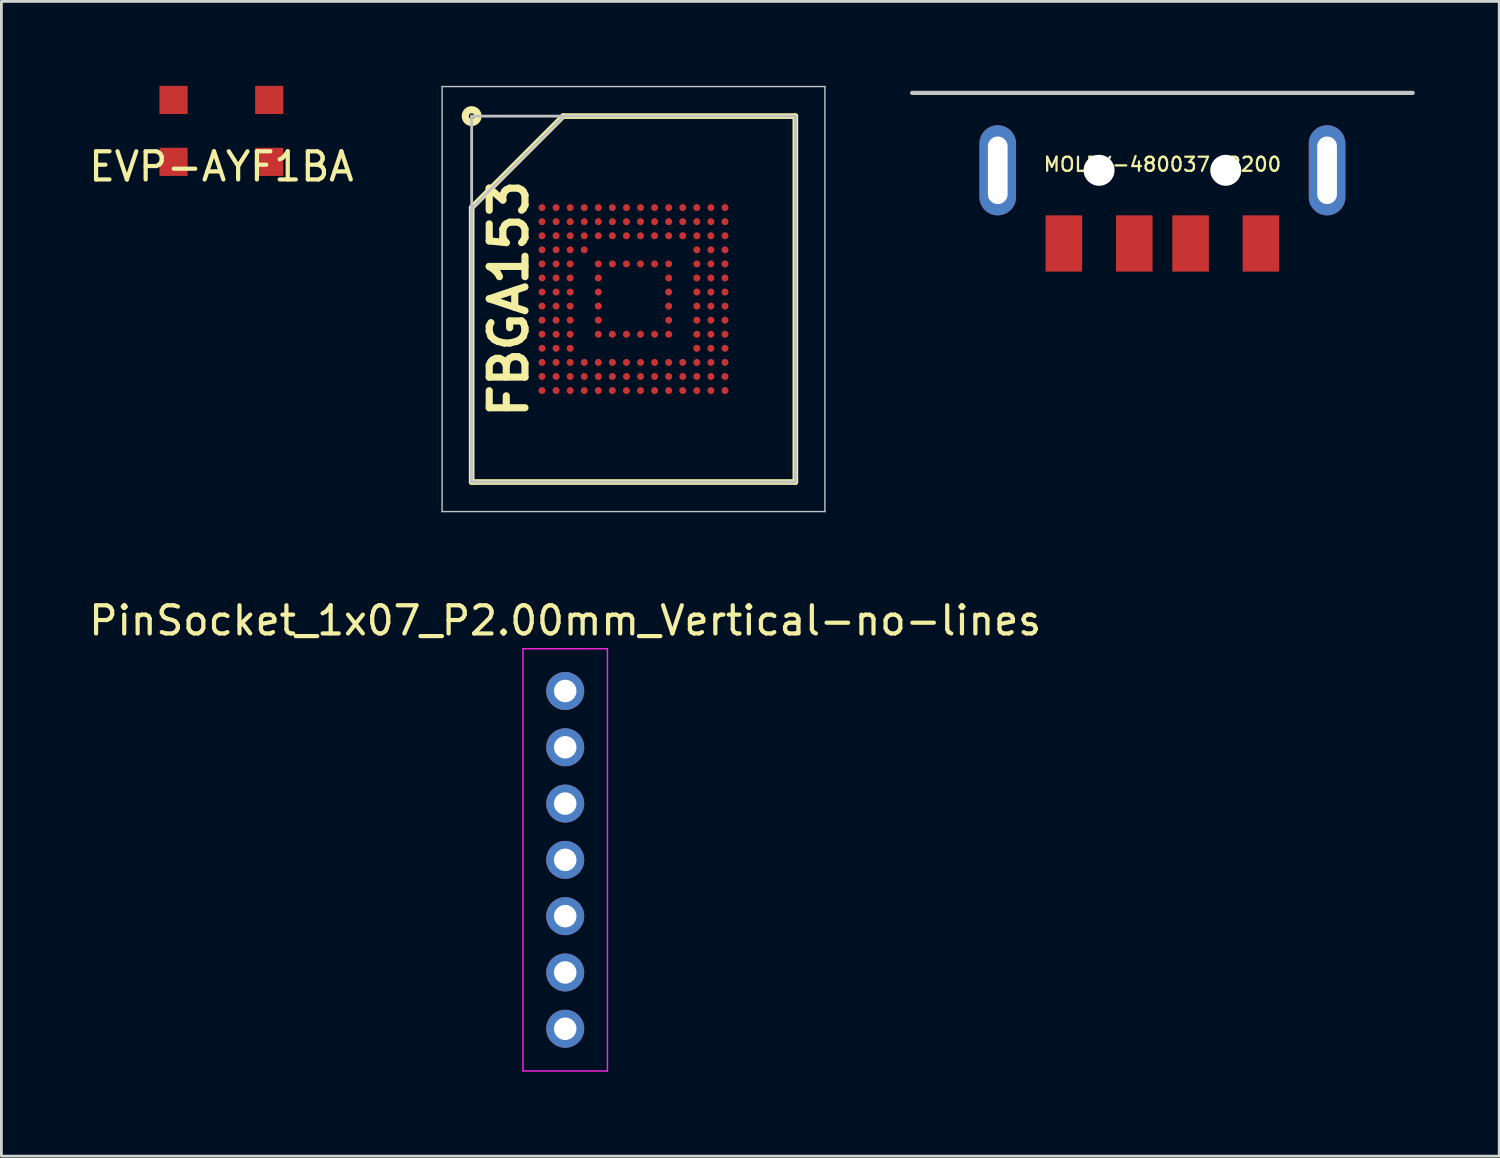
<source format=kicad_pcb>
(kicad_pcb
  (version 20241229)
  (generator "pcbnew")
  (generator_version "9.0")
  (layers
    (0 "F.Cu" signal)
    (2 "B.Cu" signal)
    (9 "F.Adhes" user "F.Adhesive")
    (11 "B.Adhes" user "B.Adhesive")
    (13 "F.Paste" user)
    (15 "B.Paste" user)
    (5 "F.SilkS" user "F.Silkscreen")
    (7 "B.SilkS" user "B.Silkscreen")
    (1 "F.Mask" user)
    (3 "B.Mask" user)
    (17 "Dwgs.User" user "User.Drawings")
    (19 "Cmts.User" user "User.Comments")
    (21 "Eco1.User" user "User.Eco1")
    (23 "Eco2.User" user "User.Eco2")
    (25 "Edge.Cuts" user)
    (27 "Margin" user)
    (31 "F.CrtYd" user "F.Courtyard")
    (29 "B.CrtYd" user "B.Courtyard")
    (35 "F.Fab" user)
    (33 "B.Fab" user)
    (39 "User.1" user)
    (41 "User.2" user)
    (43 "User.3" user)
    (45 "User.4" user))
  (footprint "MOLEX-480037-2200"
    (layer "F.Cu")
    (at 38.246 0.25)
    (property "Reference" "MOLEX-480037-2200" (at 0 2.54 0) (layer "F.SilkS") (effects (font (size 0.5 0.5) (thickness 0.08))))
    (attr through_hole)
    (fp_line (start -8.89 0) (end 8.89 0) (stroke (width 0.15) (type solid)) (layer "Dwgs.User"))
    (pad "" np_thru_hole circle (at -2.25 2.75) (size 1.1 1.1) (drill 1.1) (layers "*.Cu" "*.Mask"))
    (pad "" np_thru_hole circle (at 2.25 2.75) (size 1.1 1.1) (drill 1.1) (layers "*.Cu" "*.Mask"))
    (pad "1" smd rect (at -3.5 5.35) (size 1.3 2) (layers "F.Cu" "F.Mask" "F.Paste"))
    (pad "2" smd rect (at -1 5.35) (size 1.3 2) (layers "F.Cu" "F.Mask" "F.Paste"))
    (pad "3" smd rect (at 1 5.35) (size 1.3 2) (layers "F.Cu" "F.Mask" "F.Paste"))
    (pad "4" smd rect (at 3.5 5.35) (size 1.3 2) (layers "F.Cu" "F.Mask" "F.Paste"))
    (pad "5" thru_hole oval (at -5.85 2.75) (size 1.3 3.2) (drill oval 0.7 2.4) (layers "*.Cu" "*.Mask"))
    (pad "5" thru_hole oval (at 5.85 2.75) (size 1.3 3.2) (drill oval 0.7 2.4) (layers "*.Cu" "*.Mask")))
  (footprint "PinSocket_1x07_P2.00mm_Vertical-no-lines"
    (layer "F.Cu")
    (at 17.03 21.498)
    (property "Reference" "PinSocket_1x07_P2.00mm_Vertical-no-lines" (at 0 -2.5 0) (layer "F.SilkS") (effects (font (size 1 1) (thickness 0.15))))
    (attr through_hole)
    (fp_line (start -1.5 -1.5) (end 1.5 -1.5) (stroke (width 0.05) (type solid)) (layer "F.CrtYd"))
    (fp_line (start -1.5 13.5) (end -1.5 -1.5) (stroke (width 0.05) (type solid)) (layer "F.CrtYd"))
    (fp_line (start 1.5 -1.5) (end 1.5 13.5) (stroke (width 0.05) (type solid)) (layer "F.CrtYd"))
    (fp_line (start 1.5 13.5) (end -1.5 13.5) (stroke (width 0.05) (type solid)) (layer "F.CrtYd"))
    (pad "1" thru_hole circle (at 0 0) (size 1.35 1.35) (drill 0.8) (layers "*.Cu" "*.Mask"))
    (pad "2" thru_hole oval (at 0 2) (size 1.35 1.35) (drill 0.8) (layers "*.Cu" "*.Mask"))
    (pad "3" thru_hole oval (at 0 4) (size 1.35 1.35) (drill 0.8) (layers "*.Cu" "*.Mask"))
    (pad "4" thru_hole oval (at 0 6) (size 1.35 1.35) (drill 0.8) (layers "*.Cu" "*.Mask"))
    (pad "5" thru_hole oval (at 0 8) (size 1.35 1.35) (drill 0.8) (layers "*.Cu" "*.Mask"))
    (pad "6" thru_hole oval (at 0 10) (size 1.35 1.35) (drill 0.8) (layers "*.Cu" "*.Mask"))
    (pad "7" thru_hole oval (at 0 12) (size 1.35 1.35) (drill 0.8) (layers "*.Cu" "*.Mask")))
  (footprint "FBGA153"
    (layer "F.Cu")
    (at 19.456 7.575)
    (property "Reference" "FBGA153" (at -4.43 -0.01 90) (layer "F.SilkS") (effects (font (size 1.27 1.27) (thickness 0.254))))
    (attr smd)
    (fp_line (start -5.75 -3.25) (end -2.5 -6.5) (stroke (width 0.2) (type solid)) (layer "F.SilkS"))
    (fp_line (start -5.75 6.5) (end -5.75 -3.25) (stroke (width 0.2) (type solid)) (layer "F.SilkS"))
    (fp_line (start -2.5 -6.5) (end 5.75 -6.5) (stroke (width 0.2) (type solid)) (layer "F.SilkS"))
    (fp_line (start 5.75 -6.5) (end 5.75 6.5) (stroke (width 0.2) (type solid)) (layer "F.SilkS"))
    (fp_line (start 5.75 6.5) (end -5.75 6.5) (stroke (width 0.2) (type solid)) (layer "F.SilkS"))
    (fp_circle (center -5.75 -6.5) (end -5.65 -6.5) (stroke (width 0.254) (type solid)) (fill no) (layer "F.SilkS"))
    (fp_line (start -6.8 -7.55) (end 6.8 -7.55) (stroke (width 0.05) (type solid)) (layer "Dwgs.User"))
    (fp_line (start -6.8 7.55) (end -6.8 -7.55) (stroke (width 0.05) (type solid)) (layer "Dwgs.User"))
    (fp_line (start -5.75 -6.5) (end 5.75 -6.5) (stroke (width 0.1) (type solid)) (layer "Dwgs.User"))
    (fp_line (start -5.75 -3.225) (end -2.475 -6.5) (stroke (width 0.1) (type solid)) (layer "Dwgs.User"))
    (fp_line (start -5.75 6.5) (end -5.75 -6.5) (stroke (width 0.1) (type solid)) (layer "Dwgs.User"))
    (fp_line (start 5.75 -6.5) (end 5.75 6.5) (stroke (width 0.1) (type solid)) (layer "Dwgs.User"))
    (fp_line (start 5.75 6.5) (end -5.75 6.5) (stroke (width 0.1) (type solid)) (layer "Dwgs.User"))
    (fp_line (start 6.8 -7.55) (end 6.8 7.55) (stroke (width 0.05) (type solid)) (layer "Dwgs.User"))
    (fp_line (start 6.8 7.55) (end -6.8 7.55) (stroke (width 0.05) (type solid)) (layer "Dwgs.User"))
    (pad "A1" smd circle (at -3.25 -3.25 90) (size 0.25 0.25) (layers "F.Cu" "F.Mask" "F.Paste"))
    (pad "A2" smd circle (at -2.75 -3.25 90) (size 0.25 0.25) (layers "F.Cu" "F.Mask" "F.Paste"))
    (pad "A3" smd circle (at -2.25 -3.25 90) (size 0.25 0.25) (layers "F.Cu" "F.Mask" "F.Paste"))
    (pad "A4" smd circle (at -1.75 -3.25 90) (size 0.25 0.25) (layers "F.Cu" "F.Mask" "F.Paste"))
    (pad "A5" smd circle (at -1.25 -3.25 90) (size 0.25 0.25) (layers "F.Cu" "F.Mask" "F.Paste"))
    (pad "A6" smd circle (at -0.75 -3.25 90) (size 0.25 0.25) (layers "F.Cu" "F.Mask" "F.Paste"))
    (pad "A7" smd circle (at -0.25 -3.25 90) (size 0.25 0.25) (layers "F.Cu" "F.Mask" "F.Paste"))
    (pad "A8" smd circle (at 0.25 -3.25 90) (size 0.25 0.25) (layers "F.Cu" "F.Mask" "F.Paste"))
    (pad "A9" smd circle (at 0.75 -3.25 90) (size 0.25 0.25) (layers "F.Cu" "F.Mask" "F.Paste"))
    (pad "A10" smd circle (at 1.25 -3.25 90) (size 0.25 0.25) (layers "F.Cu" "F.Mask" "F.Paste"))
    (pad "A11" smd circle (at 1.75 -3.25 90) (size 0.25 0.25) (layers "F.Cu" "F.Mask" "F.Paste"))
    (pad "A12" smd circle (at 2.25 -3.25 90) (size 0.25 0.25) (layers "F.Cu" "F.Mask" "F.Paste"))
    (pad "A13" smd circle (at 2.75 -3.25 90) (size 0.25 0.25) (layers "F.Cu" "F.Mask" "F.Paste"))
    (pad "A14" smd circle (at 3.25 -3.25 90) (size 0.25 0.25) (layers "F.Cu" "F.Mask" "F.Paste"))
    (pad "B1" smd circle (at -3.25 -2.75 90) (size 0.25 0.25) (layers "F.Cu" "F.Mask" "F.Paste"))
    (pad "B2" smd circle (at -2.75 -2.75 90) (size 0.25 0.25) (layers "F.Cu" "F.Mask" "F.Paste"))
    (pad "B3" smd circle (at -2.25 -2.75 90) (size 0.25 0.25) (layers "F.Cu" "F.Mask" "F.Paste"))
    (pad "B4" smd circle (at -1.75 -2.75 90) (size 0.25 0.25) (layers "F.Cu" "F.Mask" "F.Paste"))
    (pad "B5" smd circle (at -1.25 -2.75 90) (size 0.25 0.25) (layers "F.Cu" "F.Mask" "F.Paste"))
    (pad "B6" smd circle (at -0.75 -2.75 90) (size 0.25 0.25) (layers "F.Cu" "F.Mask" "F.Paste"))
    (pad "B7" smd circle (at -0.25 -2.75 90) (size 0.25 0.25) (layers "F.Cu" "F.Mask" "F.Paste"))
    (pad "B8" smd circle (at 0.25 -2.75 90) (size 0.25 0.25) (layers "F.Cu" "F.Mask" "F.Paste"))
    (pad "B9" smd circle (at 0.75 -2.75 90) (size 0.25 0.25) (layers "F.Cu" "F.Mask" "F.Paste"))
    (pad "B10" smd circle (at 1.25 -2.75 90) (size 0.25 0.25) (layers "F.Cu" "F.Mask" "F.Paste"))
    (pad "B11" smd circle (at 1.75 -2.75 90) (size 0.25 0.25) (layers "F.Cu" "F.Mask" "F.Paste"))
    (pad "B12" smd circle (at 2.25 -2.75 90) (size 0.25 0.25) (layers "F.Cu" "F.Mask" "F.Paste"))
    (pad "B13" smd circle (at 2.75 -2.75 90) (size 0.25 0.25) (layers "F.Cu" "F.Mask" "F.Paste"))
    (pad "B14" smd circle (at 3.25 -2.75 90) (size 0.25 0.25) (layers "F.Cu" "F.Mask" "F.Paste"))
    (pad "C1" smd circle (at -3.25 -2.25 90) (size 0.25 0.25) (layers "F.Cu" "F.Mask" "F.Paste"))
    (pad "C2" smd circle (at -2.75 -2.25 90) (size 0.25 0.25) (layers "F.Cu" "F.Mask" "F.Paste"))
    (pad "C3" smd circle (at -2.25 -2.25 90) (size 0.25 0.25) (layers "F.Cu" "F.Mask" "F.Paste"))
    (pad "C4" smd circle (at -1.75 -2.25 90) (size 0.25 0.25) (layers "F.Cu" "F.Mask" "F.Paste"))
    (pad "C5" smd circle (at -1.25 -2.25 90) (size 0.25 0.25) (layers "F.Cu" "F.Mask" "F.Paste"))
    (pad "C6" smd circle (at -0.75 -2.25 90) (size 0.25 0.25) (layers "F.Cu" "F.Mask" "F.Paste"))
    (pad "C7" smd circle (at -0.25 -2.25 90) (size 0.25 0.25) (layers "F.Cu" "F.Mask" "F.Paste"))
    (pad "C8" smd circle (at 0.25 -2.25 90) (size 0.25 0.25) (layers "F.Cu" "F.Mask" "F.Paste"))
    (pad "C9" smd circle (at 0.75 -2.25 90) (size 0.25 0.25) (layers "F.Cu" "F.Mask" "F.Paste"))
    (pad "C10" smd circle (at 1.25 -2.25 90) (size 0.25 0.25) (layers "F.Cu" "F.Mask" "F.Paste"))
    (pad "C11" smd circle (at 1.75 -2.25 90) (size 0.25 0.25) (layers "F.Cu" "F.Mask" "F.Paste"))
    (pad "C12" smd circle (at 2.25 -2.25 90) (size 0.25 0.25) (layers "F.Cu" "F.Mask" "F.Paste"))
    (pad "C13" smd circle (at 2.75 -2.25 90) (size 0.25 0.25) (layers "F.Cu" "F.Mask" "F.Paste"))
    (pad "C14" smd circle (at 3.25 -2.25 90) (size 0.25 0.25) (layers "F.Cu" "F.Mask" "F.Paste"))
    (pad "D1" smd circle (at -3.25 -1.75 90) (size 0.25 0.25) (layers "F.Cu" "F.Mask" "F.Paste"))
    (pad "D2" smd circle (at -2.75 -1.75 90) (size 0.25 0.25) (layers "F.Cu" "F.Mask" "F.Paste"))
    (pad "D3" smd circle (at -2.25 -1.75 90) (size 0.25 0.25) (layers "F.Cu" "F.Mask" "F.Paste"))
    (pad "D4" smd circle (at -1.75 -1.75 90) (size 0.25 0.25) (layers "F.Cu" "F.Mask" "F.Paste"))
    (pad "D12" smd circle (at 2.25 -1.75 90) (size 0.25 0.25) (layers "F.Cu" "F.Mask" "F.Paste"))
    (pad "D13" smd circle (at 2.75 -1.75 90) (size 0.25 0.25) (layers "F.Cu" "F.Mask" "F.Paste"))
    (pad "D14" smd circle (at 3.25 -1.75 90) (size 0.25 0.25) (layers "F.Cu" "F.Mask" "F.Paste"))
    (pad "E1" smd circle (at -3.25 -1.25 90) (size 0.25 0.25) (layers "F.Cu" "F.Mask" "F.Paste"))
    (pad "E2" smd circle (at -2.75 -1.25 90) (size 0.25 0.25) (layers "F.Cu" "F.Mask" "F.Paste"))
    (pad "E3" smd circle (at -2.25 -1.25 90) (size 0.25 0.25) (layers "F.Cu" "F.Mask" "F.Paste"))
    (pad "E5" smd circle (at -1.25 -1.25 90) (size 0.25 0.25) (layers "F.Cu" "F.Mask" "F.Paste"))
    (pad "E6" smd circle (at -0.75 -1.25 90) (size 0.25 0.25) (layers "F.Cu" "F.Mask" "F.Paste"))
    (pad "E7" smd circle (at -0.25 -1.25 90) (size 0.25 0.25) (layers "F.Cu" "F.Mask" "F.Paste"))
    (pad "E8" smd circle (at 0.25 -1.25 90) (size 0.25 0.25) (layers "F.Cu" "F.Mask" "F.Paste"))
    (pad "E9" smd circle (at 0.75 -1.25 90) (size 0.25 0.25) (layers "F.Cu" "F.Mask" "F.Paste"))
    (pad "E10" smd circle (at 1.25 -1.25 90) (size 0.25 0.25) (layers "F.Cu" "F.Mask" "F.Paste"))
    (pad "E12" smd circle (at 2.25 -1.25 90) (size 0.25 0.25) (layers "F.Cu" "F.Mask" "F.Paste"))
    (pad "E13" smd circle (at 2.75 -1.25 90) (size 0.25 0.25) (layers "F.Cu" "F.Mask" "F.Paste"))
    (pad "E14" smd circle (at 3.25 -1.25 90) (size 0.25 0.25) (layers "F.Cu" "F.Mask" "F.Paste"))
    (pad "F1" smd circle (at -3.25 -0.75 90) (size 0.25 0.25) (layers "F.Cu" "F.Mask" "F.Paste"))
    (pad "F2" smd circle (at -2.75 -0.75 90) (size 0.25 0.25) (layers "F.Cu" "F.Mask" "F.Paste"))
    (pad "F3" smd circle (at -2.25 -0.75 90) (size 0.25 0.25) (layers "F.Cu" "F.Mask" "F.Paste"))
    (pad "F5" smd circle (at -1.25 -0.75 90) (size 0.25 0.25) (layers "F.Cu" "F.Mask" "F.Paste"))
    (pad "F10" smd circle (at 1.25 -0.75 90) (size 0.25 0.25) (layers "F.Cu" "F.Mask" "F.Paste"))
    (pad "F12" smd circle (at 2.25 -0.75 90) (size 0.25 0.25) (layers "F.Cu" "F.Mask" "F.Paste"))
    (pad "F13" smd circle (at 2.75 -0.75 90) (size 0.25 0.25) (layers "F.Cu" "F.Mask" "F.Paste"))
    (pad "F14" smd circle (at 3.25 -0.75 90) (size 0.25 0.25) (layers "F.Cu" "F.Mask" "F.Paste"))
    (pad "G1" smd circle (at -3.25 -0.25 90) (size 0.25 0.25) (layers "F.Cu" "F.Mask" "F.Paste"))
    (pad "G2" smd circle (at -2.75 -0.25 90) (size 0.25 0.25) (layers "F.Cu" "F.Mask" "F.Paste"))
    (pad "G3" smd circle (at -2.25 -0.25 90) (size 0.25 0.25) (layers "F.Cu" "F.Mask" "F.Paste"))
    (pad "G5" smd circle (at -1.25 -0.25 90) (size 0.25 0.25) (layers "F.Cu" "F.Mask" "F.Paste"))
    (pad "G10" smd circle (at 1.25 -0.25 90) (size 0.25 0.25) (layers "F.Cu" "F.Mask" "F.Paste"))
    (pad "G12" smd circle (at 2.25 -0.25 90) (size 0.25 0.25) (layers "F.Cu" "F.Mask" "F.Paste"))
    (pad "G13" smd circle (at 2.75 -0.25 90) (size 0.25 0.25) (layers "F.Cu" "F.Mask" "F.Paste"))
    (pad "G14" smd circle (at 3.25 -0.25 90) (size 0.25 0.25) (layers "F.Cu" "F.Mask" "F.Paste"))
    (pad "H1" smd circle (at -3.25 0.25 90) (size 0.25 0.25) (layers "F.Cu" "F.Mask" "F.Paste"))
    (pad "H2" smd circle (at -2.75 0.25 90) (size 0.25 0.25) (layers "F.Cu" "F.Mask" "F.Paste"))
    (pad "H3" smd circle (at -2.25 0.25 90) (size 0.25 0.25) (layers "F.Cu" "F.Mask" "F.Paste"))
    (pad "H5" smd circle (at -1.25 0.25 90) (size 0.25 0.25) (layers "F.Cu" "F.Mask" "F.Paste"))
    (pad "H10" smd circle (at 1.25 0.25 90) (size 0.25 0.25) (layers "F.Cu" "F.Mask" "F.Paste"))
    (pad "H12" smd circle (at 2.25 0.25 90) (size 0.25 0.25) (layers "F.Cu" "F.Mask" "F.Paste"))
    (pad "H13" smd circle (at 2.75 0.25 90) (size 0.25 0.25) (layers "F.Cu" "F.Mask" "F.Paste"))
    (pad "H14" smd circle (at 3.25 0.25 90) (size 0.25 0.25) (layers "F.Cu" "F.Mask" "F.Paste"))
    (pad "J1" smd circle (at -3.25 0.75 90) (size 0.25 0.25) (layers "F.Cu" "F.Mask" "F.Paste"))
    (pad "J2" smd circle (at -2.75 0.75 90) (size 0.25 0.25) (layers "F.Cu" "F.Mask" "F.Paste"))
    (pad "J3" smd circle (at -2.25 0.75 90) (size 0.25 0.25) (layers "F.Cu" "F.Mask" "F.Paste"))
    (pad "J5" smd circle (at -1.25 0.75 90) (size 0.25 0.25) (layers "F.Cu" "F.Mask" "F.Paste"))
    (pad "J10" smd circle (at 1.25 0.75 90) (size 0.25 0.25) (layers "F.Cu" "F.Mask" "F.Paste"))
    (pad "J12" smd circle (at 2.25 0.75 90) (size 0.25 0.25) (layers "F.Cu" "F.Mask" "F.Paste"))
    (pad "J13" smd circle (at 2.75 0.75 90) (size 0.25 0.25) (layers "F.Cu" "F.Mask" "F.Paste"))
    (pad "J14" smd circle (at 3.25 0.75 90) (size 0.25 0.25) (layers "F.Cu" "F.Mask" "F.Paste"))
    (pad "K1" smd circle (at -3.25 1.25 90) (size 0.25 0.25) (layers "F.Cu" "F.Mask" "F.Paste"))
    (pad "K2" smd circle (at -2.75 1.25 90) (size 0.25 0.25) (layers "F.Cu" "F.Mask" "F.Paste"))
    (pad "K3" smd circle (at -2.25 1.25 90) (size 0.25 0.25) (layers "F.Cu" "F.Mask" "F.Paste"))
    (pad "K5" smd circle (at -1.25 1.25 90) (size 0.25 0.25) (layers "F.Cu" "F.Mask" "F.Paste"))
    (pad "K6" smd circle (at -0.75 1.25 90) (size 0.25 0.25) (layers "F.Cu" "F.Mask" "F.Paste"))
    (pad "K7" smd circle (at -0.25 1.25 90) (size 0.25 0.25) (layers "F.Cu" "F.Mask" "F.Paste"))
    (pad "K8" smd circle (at 0.25 1.25 90) (size 0.25 0.25) (layers "F.Cu" "F.Mask" "F.Paste"))
    (pad "K9" smd circle (at 0.75 1.25 90) (size 0.25 0.25) (layers "F.Cu" "F.Mask" "F.Paste"))
    (pad "K10" smd circle (at 1.25 1.25 90) (size 0.25 0.25) (layers "F.Cu" "F.Mask" "F.Paste"))
    (pad "K12" smd circle (at 2.25 1.25 90) (size 0.25 0.25) (layers "F.Cu" "F.Mask" "F.Paste"))
    (pad "K13" smd circle (at 2.75 1.25 90) (size 0.25 0.25) (layers "F.Cu" "F.Mask" "F.Paste"))
    (pad "K14" smd circle (at 3.25 1.25 90) (size 0.25 0.25) (layers "F.Cu" "F.Mask" "F.Paste"))
    (pad "L1" smd circle (at -3.25 1.75 90) (size 0.25 0.25) (layers "F.Cu" "F.Mask" "F.Paste"))
    (pad "L2" smd circle (at -2.75 1.75 90) (size 0.25 0.25) (layers "F.Cu" "F.Mask" "F.Paste"))
    (pad "L3" smd circle (at -2.25 1.75 90) (size 0.25 0.25) (layers "F.Cu" "F.Mask" "F.Paste"))
    (pad "L12" smd circle (at 2.25 1.75 90) (size 0.25 0.25) (layers "F.Cu" "F.Mask" "F.Paste"))
    (pad "L13" smd circle (at 2.75 1.75 90) (size 0.25 0.25) (layers "F.Cu" "F.Mask" "F.Paste"))
    (pad "L14" smd circle (at 3.25 1.75 90) (size 0.25 0.25) (layers "F.Cu" "F.Mask" "F.Paste"))
    (pad "M1" smd circle (at -3.25 2.25 90) (size 0.25 0.25) (layers "F.Cu" "F.Mask" "F.Paste"))
    (pad "M2" smd circle (at -2.75 2.25 90) (size 0.25 0.25) (layers "F.Cu" "F.Mask" "F.Paste"))
    (pad "M3" smd circle (at -2.25 2.25 90) (size 0.25 0.25) (layers "F.Cu" "F.Mask" "F.Paste"))
    (pad "M4" smd circle (at -1.75 2.25 90) (size 0.25 0.25) (layers "F.Cu" "F.Mask" "F.Paste"))
    (pad "M5" smd circle (at -1.25 2.25 90) (size 0.25 0.25) (layers "F.Cu" "F.Mask" "F.Paste"))
    (pad "M6" smd circle (at -0.75 2.25 90) (size 0.25 0.25) (layers "F.Cu" "F.Mask" "F.Paste"))
    (pad "M7" smd circle (at -0.25 2.25 90) (size 0.25 0.25) (layers "F.Cu" "F.Mask" "F.Paste"))
    (pad "M8" smd circle (at 0.25 2.25 90) (size 0.25 0.25) (layers "F.Cu" "F.Mask" "F.Paste"))
    (pad "M9" smd circle (at 0.75 2.25 90) (size 0.25 0.25) (layers "F.Cu" "F.Mask" "F.Paste"))
    (pad "M10" smd circle (at 1.25 2.25 90) (size 0.25 0.25) (layers "F.Cu" "F.Mask" "F.Paste"))
    (pad "M11" smd circle (at 1.75 2.25 90) (size 0.25 0.25) (layers "F.Cu" "F.Mask" "F.Paste"))
    (pad "M12" smd circle (at 2.25 2.25 90) (size 0.25 0.25) (layers "F.Cu" "F.Mask" "F.Paste"))
    (pad "M13" smd circle (at 2.75 2.25 90) (size 0.25 0.25) (layers "F.Cu" "F.Mask" "F.Paste"))
    (pad "M14" smd circle (at 3.25 2.25 90) (size 0.25 0.25) (layers "F.Cu" "F.Mask" "F.Paste"))
    (pad "N1" smd circle (at -3.25 2.75 90) (size 0.25 0.25) (layers "F.Cu" "F.Mask" "F.Paste"))
    (pad "N2" smd circle (at -2.75 2.75 90) (size 0.25 0.25) (layers "F.Cu" "F.Mask" "F.Paste"))
    (pad "N3" smd circle (at -2.25 2.75 90) (size 0.25 0.25) (layers "F.Cu" "F.Mask" "F.Paste"))
    (pad "N4" smd circle (at -1.75 2.75 90) (size 0.25 0.25) (layers "F.Cu" "F.Mask" "F.Paste"))
    (pad "N5" smd circle (at -1.25 2.75 90) (size 0.25 0.25) (layers "F.Cu" "F.Mask" "F.Paste"))
    (pad "N6" smd circle (at -0.75 2.75 90) (size 0.25 0.25) (layers "F.Cu" "F.Mask" "F.Paste"))
    (pad "N7" smd circle (at -0.25 2.75 90) (size 0.25 0.25) (layers "F.Cu" "F.Mask" "F.Paste"))
    (pad "N8" smd circle (at 0.25 2.75 90) (size 0.25 0.25) (layers "F.Cu" "F.Mask" "F.Paste"))
    (pad "N9" smd circle (at 0.75 2.75 90) (size 0.25 0.25) (layers "F.Cu" "F.Mask" "F.Paste"))
    (pad "N10" smd circle (at 1.25 2.75 90) (size 0.25 0.25) (layers "F.Cu" "F.Mask" "F.Paste"))
    (pad "N11" smd circle (at 1.75 2.75 90) (size 0.25 0.25) (layers "F.Cu" "F.Mask" "F.Paste"))
    (pad "N12" smd circle (at 2.25 2.75 90) (size 0.25 0.25) (layers "F.Cu" "F.Mask" "F.Paste"))
    (pad "N13" smd circle (at 2.75 2.75 90) (size 0.25 0.25) (layers "F.Cu" "F.Mask" "F.Paste"))
    (pad "N14" smd circle (at 3.25 2.75 90) (size 0.25 0.25) (layers "F.Cu" "F.Mask" "F.Paste"))
    (pad "P1" smd circle (at -3.25 3.25 90) (size 0.25 0.25) (layers "F.Cu" "F.Mask" "F.Paste"))
    (pad "P2" smd circle (at -2.75 3.25 90) (size 0.25 0.25) (layers "F.Cu" "F.Mask" "F.Paste"))
    (pad "P3" smd circle (at -2.25 3.25 90) (size 0.25 0.25) (layers "F.Cu" "F.Mask" "F.Paste"))
    (pad "P4" smd circle (at -1.75 3.25 90) (size 0.25 0.25) (layers "F.Cu" "F.Mask" "F.Paste"))
    (pad "P5" smd circle (at -1.25 3.25 90) (size 0.25 0.25) (layers "F.Cu" "F.Mask" "F.Paste"))
    (pad "P6" smd circle (at -0.75 3.25 90) (size 0.25 0.25) (layers "F.Cu" "F.Mask" "F.Paste"))
    (pad "P7" smd circle (at -0.25 3.25 90) (size 0.25 0.25) (layers "F.Cu" "F.Mask" "F.Paste"))
    (pad "P8" smd circle (at 0.25 3.25 90) (size 0.25 0.25) (layers "F.Cu" "F.Mask" "F.Paste"))
    (pad "P9" smd circle (at 0.75 3.25 90) (size 0.25 0.25) (layers "F.Cu" "F.Mask" "F.Paste"))
    (pad "P10" smd circle (at 1.25 3.25 90) (size 0.25 0.25) (layers "F.Cu" "F.Mask" "F.Paste"))
    (pad "P11" smd circle (at 1.75 3.25 90) (size 0.25 0.25) (layers "F.Cu" "F.Mask" "F.Paste"))
    (pad "P12" smd circle (at 2.25 3.25 90) (size 0.25 0.25) (layers "F.Cu" "F.Mask" "F.Paste"))
    (pad "P13" smd circle (at 2.75 3.25 90) (size 0.25 0.25) (layers "F.Cu" "F.Mask" "F.Paste"))
    (pad "P14" smd circle (at 3.25 3.25 90) (size 0.25 0.25) (layers "F.Cu" "F.Mask" "F.Paste")))
  (footprint "EVP-AYF1BA"
    (layer "F.Cu")
    (at 4.815 1.6)
    (property "Reference" "EVP-AYF1BA" (at 0 1.27 0) (layer "F.SilkS") (effects (font (size 1 1) (thickness 0.15))))
    (attr through_hole)
    (pad "1" smd rect (at -1.7 -1.1) (size 1 1) (layers "F.Cu" "F.Mask" "F.Paste"))
    (pad "1" smd rect (at -1.7 1.1) (size 1 1) (layers "F.Cu" "F.Mask" "F.Paste"))
    (pad "2" smd rect (at 1.7 -1.1) (size 1 1) (layers "F.Cu" "F.Mask" "F.Paste"))
    (pad "2" smd rect (at 1.7 1.1) (size 1 1) (layers "F.Cu" "F.Mask" "F.Paste")))
  (gr_rect
    (start -3 -3)
    (end 50.211 38.023)
    (stroke (width 0.1) (type default))
    (fill no)
    (layer "Edge.Cuts")))
</source>
